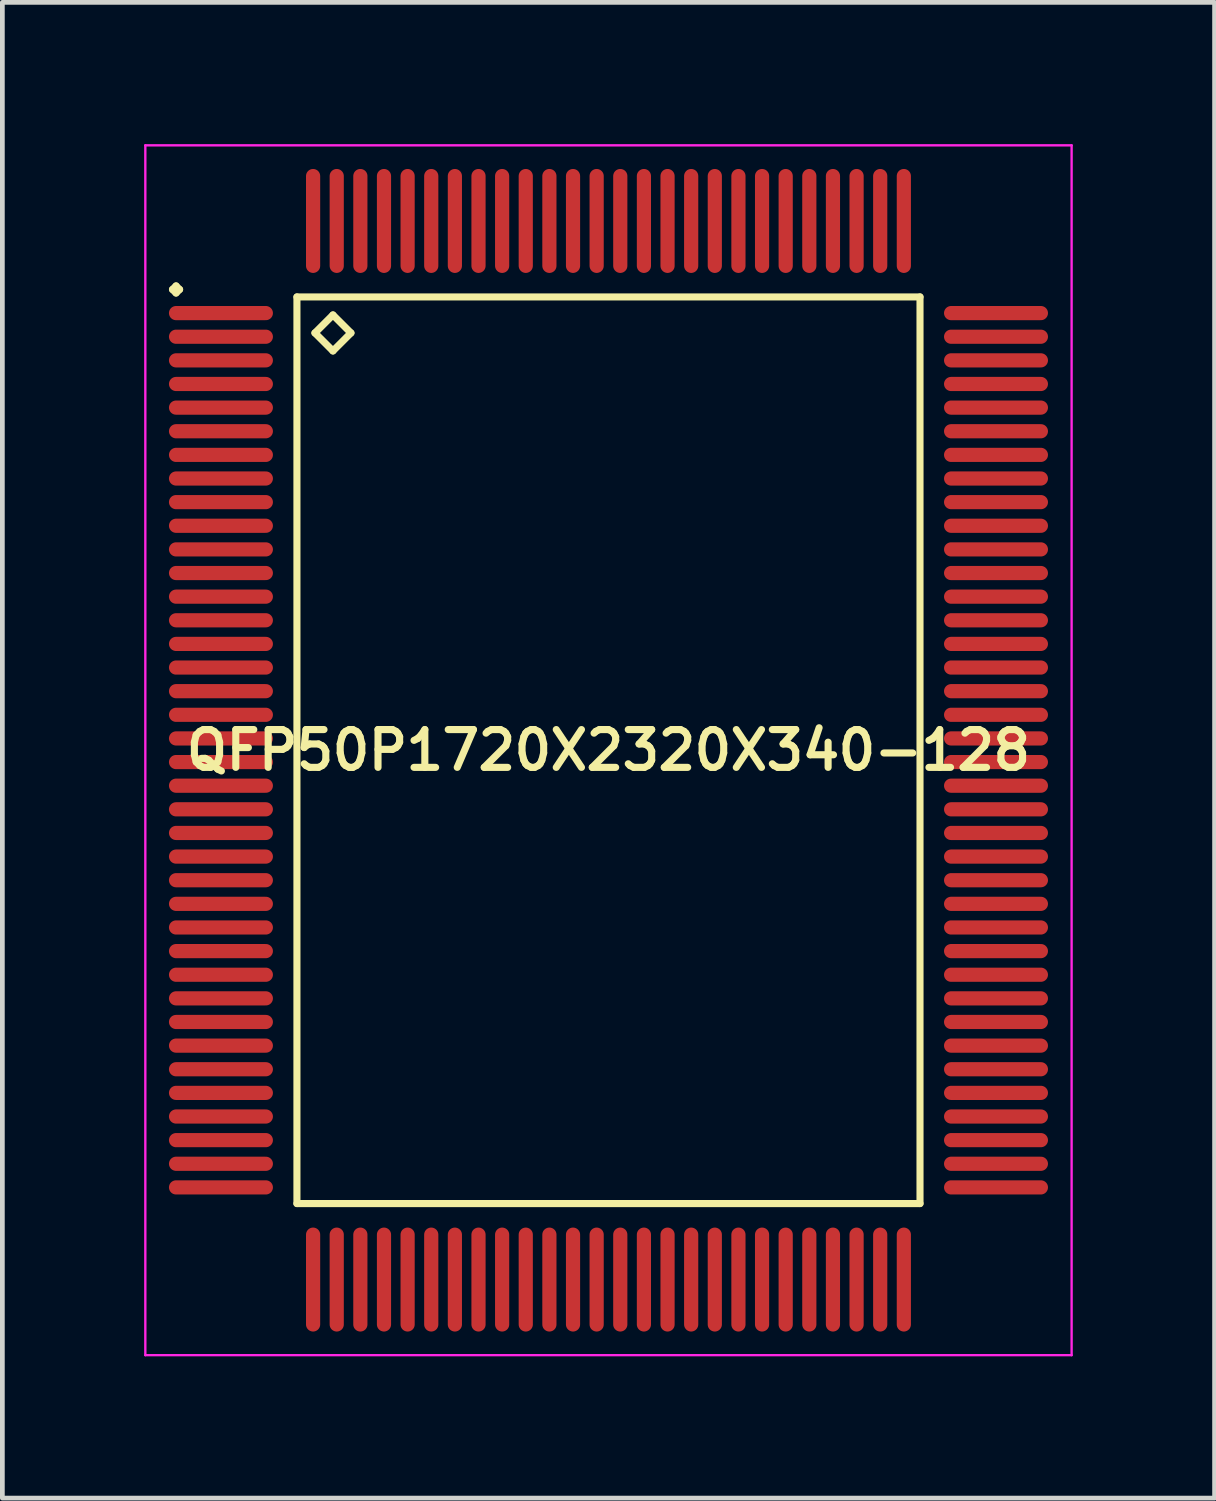
<source format=kicad_pcb>
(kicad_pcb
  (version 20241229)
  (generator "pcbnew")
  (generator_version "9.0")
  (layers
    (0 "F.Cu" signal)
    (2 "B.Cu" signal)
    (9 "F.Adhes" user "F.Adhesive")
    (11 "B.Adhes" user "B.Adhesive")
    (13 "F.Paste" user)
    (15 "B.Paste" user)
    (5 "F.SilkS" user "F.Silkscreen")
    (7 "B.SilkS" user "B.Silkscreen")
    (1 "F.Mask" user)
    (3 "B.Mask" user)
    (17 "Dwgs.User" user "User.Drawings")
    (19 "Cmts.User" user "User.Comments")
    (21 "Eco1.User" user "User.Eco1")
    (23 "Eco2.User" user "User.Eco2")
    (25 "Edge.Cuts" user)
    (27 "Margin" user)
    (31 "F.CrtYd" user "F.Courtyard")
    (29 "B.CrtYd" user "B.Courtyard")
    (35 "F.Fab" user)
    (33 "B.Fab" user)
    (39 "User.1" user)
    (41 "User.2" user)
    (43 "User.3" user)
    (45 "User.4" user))
  (footprint "QFP50P1720X2320X340-128"
    (layer "F.Cu")
    (at 9.825 12.825)
    (property "Reference" "QFP50P1720X2320X340-128" (at 0 0 0) (layer "F.SilkS") (effects (font (size 0.8 0.8) (thickness 0.15))))
    (attr smd)
    (fp_line (start -9.225 -9.75) (end -9.15 -9.825) (stroke (width 0.15) (type solid)) (layer "F.SilkS"))
    (fp_line (start -9.15 -9.825) (end -9.075 -9.75) (stroke (width 0.15) (type solid)) (layer "F.SilkS"))
    (fp_line (start -9.15 -9.675) (end -9.225 -9.75) (stroke (width 0.15) (type solid)) (layer "F.SilkS"))
    (fp_line (start -9.075 -9.75) (end -9.15 -9.675) (stroke (width 0.15) (type solid)) (layer "F.SilkS"))
    (fp_line (start -6.592 -9.592) (end -6.592 9.592) (stroke (width 0.15) (type solid)) (layer "F.SilkS"))
    (fp_line (start -6.592 9.592) (end 6.592 9.592) (stroke (width 0.15) (type solid)) (layer "F.SilkS"))
    (fp_line (start -6.211 -8.83) (end -5.83 -9.211) (stroke (width 0.15) (type solid)) (layer "F.SilkS"))
    (fp_line (start -5.83 -9.211) (end -5.449 -8.83) (stroke (width 0.15) (type solid)) (layer "F.SilkS"))
    (fp_line (start -5.83 -8.449) (end -6.211 -8.83) (stroke (width 0.15) (type solid)) (layer "F.SilkS"))
    (fp_line (start -5.449 -8.83) (end -5.83 -8.449) (stroke (width 0.15) (type solid)) (layer "F.SilkS"))
    (fp_line (start 6.592 -9.592) (end -6.592 -9.592) (stroke (width 0.15) (type solid)) (layer "F.SilkS"))
    (fp_line (start 6.592 9.592) (end 6.592 -9.592) (stroke (width 0.15) (type solid)) (layer "F.SilkS"))
    (fp_line (start -9.8 -12.8) (end 9.8 -12.8) (stroke (width 0.05) (type solid)) (layer "F.CrtYd"))
    (fp_line (start -9.8 12.8) (end -9.8 -12.8) (stroke (width 0.05) (type solid)) (layer "F.CrtYd"))
    (fp_line (start 9.8 -12.8) (end 9.8 12.8) (stroke (width 0.05) (type solid)) (layer "F.CrtYd"))
    (fp_line (start 9.8 12.8) (end -9.8 12.8) (stroke (width 0.05) (type solid)) (layer "F.CrtYd"))
    (pad "1" smd oval (at -8.2 -9.25) (size 2.2 0.3) (layers "F.Cu" "F.Mask" "F.Paste"))
    (pad "2" smd oval (at -8.2 -8.75) (size 2.2 0.3) (layers "F.Cu" "F.Mask" "F.Paste"))
    (pad "3" smd oval (at -8.2 -8.25) (size 2.2 0.3) (layers "F.Cu" "F.Mask" "F.Paste"))
    (pad "4" smd oval (at -8.2 -7.75) (size 2.2 0.3) (layers "F.Cu" "F.Mask" "F.Paste"))
    (pad "5" smd oval (at -8.2 -7.25) (size 2.2 0.3) (layers "F.Cu" "F.Mask" "F.Paste"))
    (pad "6" smd oval (at -8.2 -6.75) (size 2.2 0.3) (layers "F.Cu" "F.Mask" "F.Paste"))
    (pad "7" smd oval (at -8.2 -6.25) (size 2.2 0.3) (layers "F.Cu" "F.Mask" "F.Paste"))
    (pad "8" smd oval (at -8.2 -5.75) (size 2.2 0.3) (layers "F.Cu" "F.Mask" "F.Paste"))
    (pad "9" smd oval (at -8.2 -5.25) (size 2.2 0.3) (layers "F.Cu" "F.Mask" "F.Paste"))
    (pad "10" smd oval (at -8.2 -4.75) (size 2.2 0.3) (layers "F.Cu" "F.Mask" "F.Paste"))
    (pad "11" smd oval (at -8.2 -4.25) (size 2.2 0.3) (layers "F.Cu" "F.Mask" "F.Paste"))
    (pad "12" smd oval (at -8.2 -3.75) (size 2.2 0.3) (layers "F.Cu" "F.Mask" "F.Paste"))
    (pad "13" smd oval (at -8.2 -3.25) (size 2.2 0.3) (layers "F.Cu" "F.Mask" "F.Paste"))
    (pad "14" smd oval (at -8.2 -2.75) (size 2.2 0.3) (layers "F.Cu" "F.Mask" "F.Paste"))
    (pad "15" smd oval (at -8.2 -2.25) (size 2.2 0.3) (layers "F.Cu" "F.Mask" "F.Paste"))
    (pad "16" smd oval (at -8.2 -1.75) (size 2.2 0.3) (layers "F.Cu" "F.Mask" "F.Paste"))
    (pad "17" smd oval (at -8.2 -1.25) (size 2.2 0.3) (layers "F.Cu" "F.Mask" "F.Paste"))
    (pad "18" smd oval (at -8.2 -0.75) (size 2.2 0.3) (layers "F.Cu" "F.Mask" "F.Paste"))
    (pad "19" smd oval (at -8.2 -0.25) (size 2.2 0.3) (layers "F.Cu" "F.Mask" "F.Paste"))
    (pad "20" smd oval (at -8.2 0.25) (size 2.2 0.3) (layers "F.Cu" "F.Mask" "F.Paste"))
    (pad "21" smd oval (at -8.2 0.75) (size 2.2 0.3) (layers "F.Cu" "F.Mask" "F.Paste"))
    (pad "22" smd oval (at -8.2 1.25) (size 2.2 0.3) (layers "F.Cu" "F.Mask" "F.Paste"))
    (pad "23" smd oval (at -8.2 1.75) (size 2.2 0.3) (layers "F.Cu" "F.Mask" "F.Paste"))
    (pad "24" smd oval (at -8.2 2.25) (size 2.2 0.3) (layers "F.Cu" "F.Mask" "F.Paste"))
    (pad "25" smd oval (at -8.2 2.75) (size 2.2 0.3) (layers "F.Cu" "F.Mask" "F.Paste"))
    (pad "26" smd oval (at -8.2 3.25) (size 2.2 0.3) (layers "F.Cu" "F.Mask" "F.Paste"))
    (pad "27" smd oval (at -8.2 3.75) (size 2.2 0.3) (layers "F.Cu" "F.Mask" "F.Paste"))
    (pad "28" smd oval (at -8.2 4.25) (size 2.2 0.3) (layers "F.Cu" "F.Mask" "F.Paste"))
    (pad "29" smd oval (at -8.2 4.75) (size 2.2 0.3) (layers "F.Cu" "F.Mask" "F.Paste"))
    (pad "30" smd oval (at -8.2 5.25) (size 2.2 0.3) (layers "F.Cu" "F.Mask" "F.Paste"))
    (pad "31" smd oval (at -8.2 5.75) (size 2.2 0.3) (layers "F.Cu" "F.Mask" "F.Paste"))
    (pad "32" smd oval (at -8.2 6.25) (size 2.2 0.3) (layers "F.Cu" "F.Mask" "F.Paste"))
    (pad "33" smd oval (at -8.2 6.75) (size 2.2 0.3) (layers "F.Cu" "F.Mask" "F.Paste"))
    (pad "34" smd oval (at -8.2 7.25) (size 2.2 0.3) (layers "F.Cu" "F.Mask" "F.Paste"))
    (pad "35" smd oval (at -8.2 7.75) (size 2.2 0.3) (layers "F.Cu" "F.Mask" "F.Paste"))
    (pad "36" smd oval (at -8.2 8.25) (size 2.2 0.3) (layers "F.Cu" "F.Mask" "F.Paste"))
    (pad "37" smd oval (at -8.2 8.75) (size 2.2 0.3) (layers "F.Cu" "F.Mask" "F.Paste"))
    (pad "38" smd oval (at -8.2 9.25) (size 2.2 0.3) (layers "F.Cu" "F.Mask" "F.Paste"))
    (pad "39" smd oval (at -6.25 11.2) (size 0.3 2.2) (layers "F.Cu" "F.Mask" "F.Paste"))
    (pad "40" smd oval (at -5.75 11.2) (size 0.3 2.2) (layers "F.Cu" "F.Mask" "F.Paste"))
    (pad "41" smd oval (at -5.25 11.2) (size 0.3 2.2) (layers "F.Cu" "F.Mask" "F.Paste"))
    (pad "42" smd oval (at -4.75 11.2) (size 0.3 2.2) (layers "F.Cu" "F.Mask" "F.Paste"))
    (pad "43" smd oval (at -4.25 11.2) (size 0.3 2.2) (layers "F.Cu" "F.Mask" "F.Paste"))
    (pad "44" smd oval (at -3.75 11.2) (size 0.3 2.2) (layers "F.Cu" "F.Mask" "F.Paste"))
    (pad "45" smd oval (at -3.25 11.2) (size 0.3 2.2) (layers "F.Cu" "F.Mask" "F.Paste"))
    (pad "46" smd oval (at -2.75 11.2) (size 0.3 2.2) (layers "F.Cu" "F.Mask" "F.Paste"))
    (pad "47" smd oval (at -2.25 11.2) (size 0.3 2.2) (layers "F.Cu" "F.Mask" "F.Paste"))
    (pad "48" smd oval (at -1.75 11.2) (size 0.3 2.2) (layers "F.Cu" "F.Mask" "F.Paste"))
    (pad "49" smd oval (at -1.25 11.2) (size 0.3 2.2) (layers "F.Cu" "F.Mask" "F.Paste"))
    (pad "50" smd oval (at -0.75 11.2) (size 0.3 2.2) (layers "F.Cu" "F.Mask" "F.Paste"))
    (pad "51" smd oval (at -0.25 11.2) (size 0.3 2.2) (layers "F.Cu" "F.Mask" "F.Paste"))
    (pad "52" smd oval (at 0.25 11.2) (size 0.3 2.2) (layers "F.Cu" "F.Mask" "F.Paste"))
    (pad "53" smd oval (at 0.75 11.2) (size 0.3 2.2) (layers "F.Cu" "F.Mask" "F.Paste"))
    (pad "54" smd oval (at 1.25 11.2) (size 0.3 2.2) (layers "F.Cu" "F.Mask" "F.Paste"))
    (pad "55" smd oval (at 1.75 11.2) (size 0.3 2.2) (layers "F.Cu" "F.Mask" "F.Paste"))
    (pad "56" smd oval (at 2.25 11.2) (size 0.3 2.2) (layers "F.Cu" "F.Mask" "F.Paste"))
    (pad "57" smd oval (at 2.75 11.2) (size 0.3 2.2) (layers "F.Cu" "F.Mask" "F.Paste"))
    (pad "58" smd oval (at 3.25 11.2) (size 0.3 2.2) (layers "F.Cu" "F.Mask" "F.Paste"))
    (pad "59" smd oval (at 3.75 11.2) (size 0.3 2.2) (layers "F.Cu" "F.Mask" "F.Paste"))
    (pad "60" smd oval (at 4.25 11.2) (size 0.3 2.2) (layers "F.Cu" "F.Mask" "F.Paste"))
    (pad "61" smd oval (at 4.75 11.2) (size 0.3 2.2) (layers "F.Cu" "F.Mask" "F.Paste"))
    (pad "62" smd oval (at 5.25 11.2) (size 0.3 2.2) (layers "F.Cu" "F.Mask" "F.Paste"))
    (pad "63" smd oval (at 5.75 11.2) (size 0.3 2.2) (layers "F.Cu" "F.Mask" "F.Paste"))
    (pad "64" smd oval (at 6.25 11.2) (size 0.3 2.2) (layers "F.Cu" "F.Mask" "F.Paste"))
    (pad "65" smd oval (at 8.2 9.25) (size 2.2 0.3) (layers "F.Cu" "F.Mask" "F.Paste"))
    (pad "66" smd oval (at 8.2 8.75) (size 2.2 0.3) (layers "F.Cu" "F.Mask" "F.Paste"))
    (pad "67" smd oval (at 8.2 8.25) (size 2.2 0.3) (layers "F.Cu" "F.Mask" "F.Paste"))
    (pad "68" smd oval (at 8.2 7.75) (size 2.2 0.3) (layers "F.Cu" "F.Mask" "F.Paste"))
    (pad "69" smd oval (at 8.2 7.25) (size 2.2 0.3) (layers "F.Cu" "F.Mask" "F.Paste"))
    (pad "70" smd oval (at 8.2 6.75) (size 2.2 0.3) (layers "F.Cu" "F.Mask" "F.Paste"))
    (pad "71" smd oval (at 8.2 6.25) (size 2.2 0.3) (layers "F.Cu" "F.Mask" "F.Paste"))
    (pad "72" smd oval (at 8.2 5.75) (size 2.2 0.3) (layers "F.Cu" "F.Mask" "F.Paste"))
    (pad "73" smd oval (at 8.2 5.25) (size 2.2 0.3) (layers "F.Cu" "F.Mask" "F.Paste"))
    (pad "74" smd oval (at 8.2 4.75) (size 2.2 0.3) (layers "F.Cu" "F.Mask" "F.Paste"))
    (pad "75" smd oval (at 8.2 4.25) (size 2.2 0.3) (layers "F.Cu" "F.Mask" "F.Paste"))
    (pad "76" smd oval (at 8.2 3.75) (size 2.2 0.3) (layers "F.Cu" "F.Mask" "F.Paste"))
    (pad "77" smd oval (at 8.2 3.25) (size 2.2 0.3) (layers "F.Cu" "F.Mask" "F.Paste"))
    (pad "78" smd oval (at 8.2 2.75) (size 2.2 0.3) (layers "F.Cu" "F.Mask" "F.Paste"))
    (pad "79" smd oval (at 8.2 2.25) (size 2.2 0.3) (layers "F.Cu" "F.Mask" "F.Paste"))
    (pad "80" smd oval (at 8.2 1.75) (size 2.2 0.3) (layers "F.Cu" "F.Mask" "F.Paste"))
    (pad "81" smd oval (at 8.2 1.25) (size 2.2 0.3) (layers "F.Cu" "F.Mask" "F.Paste"))
    (pad "82" smd oval (at 8.2 0.75) (size 2.2 0.3) (layers "F.Cu" "F.Mask" "F.Paste"))
    (pad "83" smd oval (at 8.2 0.25) (size 2.2 0.3) (layers "F.Cu" "F.Mask" "F.Paste"))
    (pad "84" smd oval (at 8.2 -0.25) (size 2.2 0.3) (layers "F.Cu" "F.Mask" "F.Paste"))
    (pad "85" smd oval (at 8.2 -0.75) (size 2.2 0.3) (layers "F.Cu" "F.Mask" "F.Paste"))
    (pad "86" smd oval (at 8.2 -1.25) (size 2.2 0.3) (layers "F.Cu" "F.Mask" "F.Paste"))
    (pad "87" smd oval (at 8.2 -1.75) (size 2.2 0.3) (layers "F.Cu" "F.Mask" "F.Paste"))
    (pad "88" smd oval (at 8.2 -2.25) (size 2.2 0.3) (layers "F.Cu" "F.Mask" "F.Paste"))
    (pad "89" smd oval (at 8.2 -2.75) (size 2.2 0.3) (layers "F.Cu" "F.Mask" "F.Paste"))
    (pad "90" smd oval (at 8.2 -3.25) (size 2.2 0.3) (layers "F.Cu" "F.Mask" "F.Paste"))
    (pad "91" smd oval (at 8.2 -3.75) (size 2.2 0.3) (layers "F.Cu" "F.Mask" "F.Paste"))
    (pad "92" smd oval (at 8.2 -4.25) (size 2.2 0.3) (layers "F.Cu" "F.Mask" "F.Paste"))
    (pad "93" smd oval (at 8.2 -4.75) (size 2.2 0.3) (layers "F.Cu" "F.Mask" "F.Paste"))
    (pad "94" smd oval (at 8.2 -5.25) (size 2.2 0.3) (layers "F.Cu" "F.Mask" "F.Paste"))
    (pad "95" smd oval (at 8.2 -5.75) (size 2.2 0.3) (layers "F.Cu" "F.Mask" "F.Paste"))
    (pad "96" smd oval (at 8.2 -6.25) (size 2.2 0.3) (layers "F.Cu" "F.Mask" "F.Paste"))
    (pad "97" smd oval (at 8.2 -6.75) (size 2.2 0.3) (layers "F.Cu" "F.Mask" "F.Paste"))
    (pad "98" smd oval (at 8.2 -7.25) (size 2.2 0.3) (layers "F.Cu" "F.Mask" "F.Paste"))
    (pad "99" smd oval (at 8.2 -7.75) (size 2.2 0.3) (layers "F.Cu" "F.Mask" "F.Paste"))
    (pad "100" smd oval (at 8.2 -8.25) (size 2.2 0.3) (layers "F.Cu" "F.Mask" "F.Paste"))
    (pad "101" smd oval (at 8.2 -8.75) (size 2.2 0.3) (layers "F.Cu" "F.Mask" "F.Paste"))
    (pad "102" smd oval (at 8.2 -9.25) (size 2.2 0.3) (layers "F.Cu" "F.Mask" "F.Paste"))
    (pad "103" smd oval (at 6.25 -11.2) (size 0.3 2.2) (layers "F.Cu" "F.Mask" "F.Paste"))
    (pad "104" smd oval (at 5.75 -11.2) (size 0.3 2.2) (layers "F.Cu" "F.Mask" "F.Paste"))
    (pad "105" smd oval (at 5.25 -11.2) (size 0.3 2.2) (layers "F.Cu" "F.Mask" "F.Paste"))
    (pad "106" smd oval (at 4.75 -11.2) (size 0.3 2.2) (layers "F.Cu" "F.Mask" "F.Paste"))
    (pad "107" smd oval (at 4.25 -11.2) (size 0.3 2.2) (layers "F.Cu" "F.Mask" "F.Paste"))
    (pad "108" smd oval (at 3.75 -11.2) (size 0.3 2.2) (layers "F.Cu" "F.Mask" "F.Paste"))
    (pad "109" smd oval (at 3.25 -11.2) (size 0.3 2.2) (layers "F.Cu" "F.Mask" "F.Paste"))
    (pad "110" smd oval (at 2.75 -11.2) (size 0.3 2.2) (layers "F.Cu" "F.Mask" "F.Paste"))
    (pad "111" smd oval (at 2.25 -11.2) (size 0.3 2.2) (layers "F.Cu" "F.Mask" "F.Paste"))
    (pad "112" smd oval (at 1.75 -11.2) (size 0.3 2.2) (layers "F.Cu" "F.Mask" "F.Paste"))
    (pad "113" smd oval (at 1.25 -11.2) (size 0.3 2.2) (layers "F.Cu" "F.Mask" "F.Paste"))
    (pad "114" smd oval (at 0.75 -11.2) (size 0.3 2.2) (layers "F.Cu" "F.Mask" "F.Paste"))
    (pad "115" smd oval (at 0.25 -11.2) (size 0.3 2.2) (layers "F.Cu" "F.Mask" "F.Paste"))
    (pad "116" smd oval (at -0.25 -11.2) (size 0.3 2.2) (layers "F.Cu" "F.Mask" "F.Paste"))
    (pad "117" smd oval (at -0.75 -11.2) (size 0.3 2.2) (layers "F.Cu" "F.Mask" "F.Paste"))
    (pad "118" smd oval (at -1.25 -11.2) (size 0.3 2.2) (layers "F.Cu" "F.Mask" "F.Paste"))
    (pad "119" smd oval (at -1.75 -11.2) (size 0.3 2.2) (layers "F.Cu" "F.Mask" "F.Paste"))
    (pad "120" smd oval (at -2.25 -11.2) (size 0.3 2.2) (layers "F.Cu" "F.Mask" "F.Paste"))
    (pad "121" smd oval (at -2.75 -11.2) (size 0.3 2.2) (layers "F.Cu" "F.Mask" "F.Paste"))
    (pad "122" smd oval (at -3.25 -11.2) (size 0.3 2.2) (layers "F.Cu" "F.Mask" "F.Paste"))
    (pad "123" smd oval (at -3.75 -11.2) (size 0.3 2.2) (layers "F.Cu" "F.Mask" "F.Paste"))
    (pad "124" smd oval (at -4.25 -11.2) (size 0.3 2.2) (layers "F.Cu" "F.Mask" "F.Paste"))
    (pad "125" smd oval (at -4.75 -11.2) (size 0.3 2.2) (layers "F.Cu" "F.Mask" "F.Paste"))
    (pad "126" smd oval (at -5.25 -11.2) (size 0.3 2.2) (layers "F.Cu" "F.Mask" "F.Paste"))
    (pad "127" smd oval (at -5.75 -11.2) (size 0.3 2.2) (layers "F.Cu" "F.Mask" "F.Paste"))
    (pad "128" smd oval (at -6.25 -11.2) (size 0.3 2.2) (layers "F.Cu" "F.Mask" "F.Paste")))
  (gr_rect
    (start -3 -3)
    (end 22.65 28.65)
    (stroke (width 0.1) (type default))
    (fill no)
    (layer "Edge.Cuts")))
</source>
